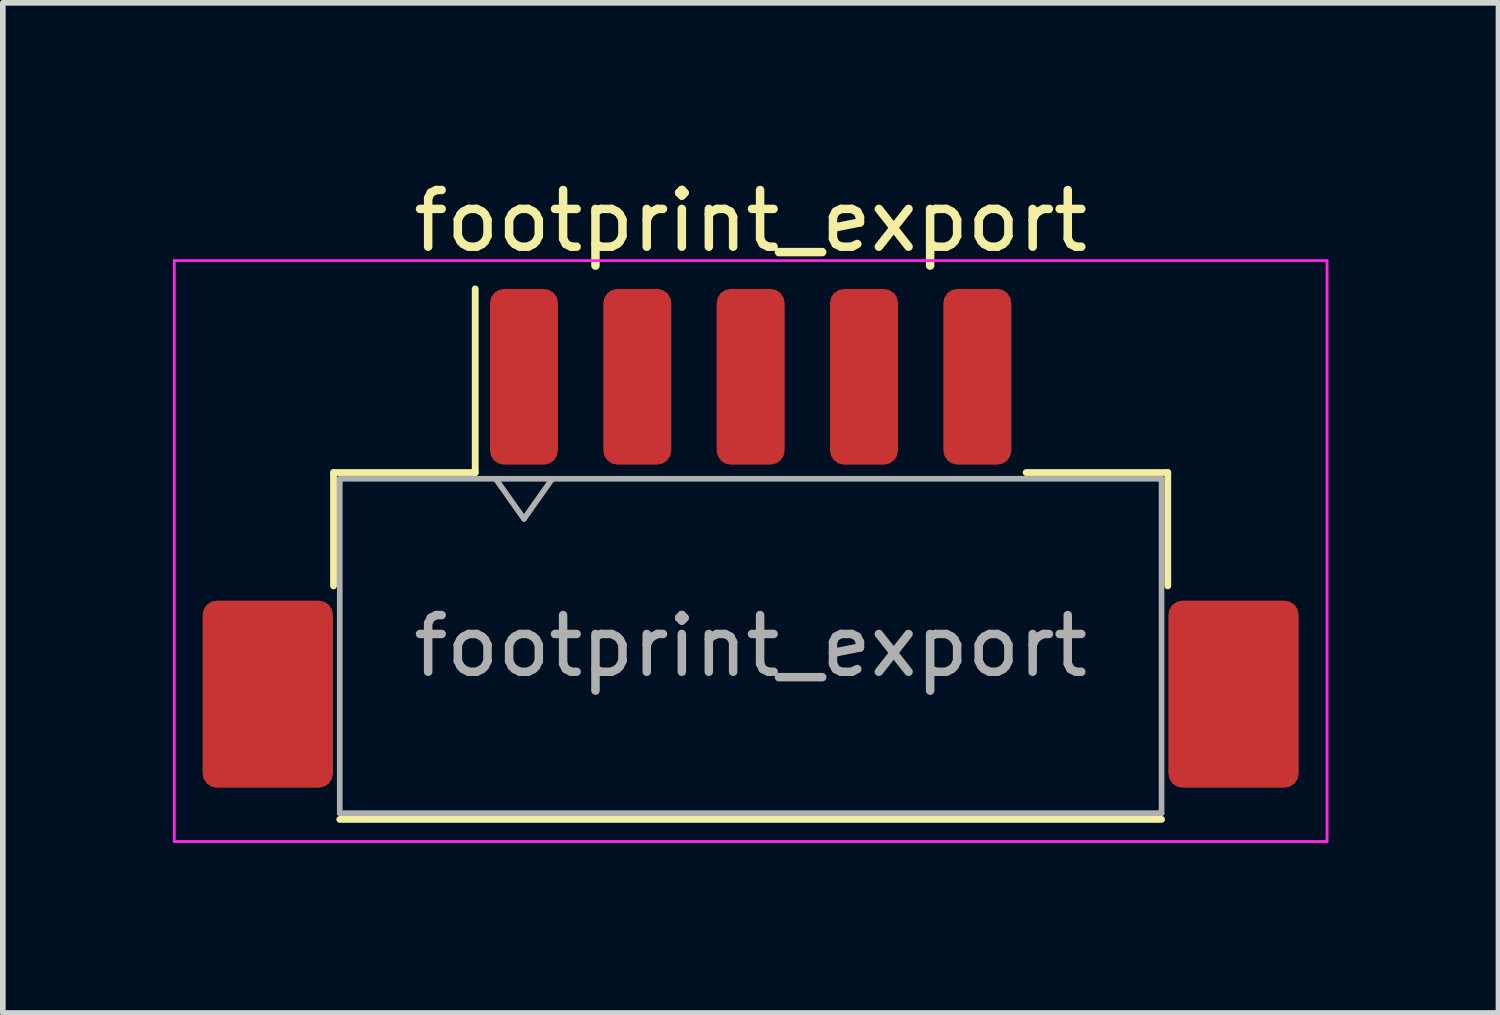
<source format=kicad_pcb>
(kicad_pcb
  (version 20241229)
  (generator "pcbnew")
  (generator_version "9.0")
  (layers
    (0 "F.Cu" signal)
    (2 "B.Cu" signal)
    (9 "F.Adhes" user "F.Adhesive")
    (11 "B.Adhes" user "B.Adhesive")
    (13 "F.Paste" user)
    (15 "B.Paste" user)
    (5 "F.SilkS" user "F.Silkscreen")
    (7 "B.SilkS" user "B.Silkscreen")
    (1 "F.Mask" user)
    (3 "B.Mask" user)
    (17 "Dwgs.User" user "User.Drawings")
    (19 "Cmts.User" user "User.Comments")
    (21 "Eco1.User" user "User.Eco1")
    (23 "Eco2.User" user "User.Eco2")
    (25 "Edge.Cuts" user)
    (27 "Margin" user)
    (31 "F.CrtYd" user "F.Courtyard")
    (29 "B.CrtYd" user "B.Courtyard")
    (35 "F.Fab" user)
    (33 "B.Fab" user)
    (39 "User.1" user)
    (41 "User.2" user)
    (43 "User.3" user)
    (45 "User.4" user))
  (footprint "footprint_export"
    (layer "F.Cu")
    (at 10.195 6.448)
    (property "Reference" "footprint_export" (at 0 -5.6 0) (layer "F.SilkS") (effects (font (size 1 1) (thickness 0.15))))
    (attr smd)
    (fp_line (start -7.36 -1.16) (end -4.86 -1.16) (stroke (width 0.12) (type solid)) (layer "F.SilkS"))
    (fp_line (start -7.36 0.84) (end -7.36 -1.16) (stroke (width 0.12) (type solid)) (layer "F.SilkS"))
    (fp_line (start -7.25 4.96) (end 7.25 4.96) (stroke (width 0.12) (type solid)) (layer "F.SilkS"))
    (fp_line (start -4.86 -1.16) (end -4.86 -4.4) (stroke (width 0.12) (type solid)) (layer "F.SilkS"))
    (fp_line (start 7.36 -1.16) (end 4.86 -1.16) (stroke (width 0.12) (type solid)) (layer "F.SilkS"))
    (fp_line (start 7.36 0.84) (end 7.36 -1.16) (stroke (width 0.12) (type solid)) (layer "F.SilkS"))
    (fp_line (start -10.17 -4.9) (end -10.17 5.35) (stroke (width 0.05) (type solid)) (layer "F.CrtYd"))
    (fp_line (start -10.17 5.35) (end 10.17 5.35) (stroke (width 0.05) (type solid)) (layer "F.CrtYd"))
    (fp_line (start 10.17 -4.9) (end -10.17 -4.9) (stroke (width 0.05) (type solid)) (layer "F.CrtYd"))
    (fp_line (start 10.17 5.35) (end 10.17 -4.9) (stroke (width 0.05) (type solid)) (layer "F.CrtYd"))
    (fp_line (start -7.25 -1.05) (end -7.25 4.85) (stroke (width 0.1) (type solid)) (layer "F.Fab"))
    (fp_line (start -7.25 -1.05) (end 7.25 -1.05) (stroke (width 0.1) (type solid)) (layer "F.Fab"))
    (fp_line (start -7.25 4.85) (end 7.25 4.85) (stroke (width 0.1) (type solid)) (layer "F.Fab"))
    (fp_line (start -4.5 -1.05) (end -4 -0.343) (stroke (width 0.1) (type solid)) (layer "F.Fab"))
    (fp_line (start -4 -0.343) (end -3.5 -1.05) (stroke (width 0.1) (type solid)) (layer "F.Fab"))
    (fp_line (start 7.25 -1.05) (end 7.25 4.85) (stroke (width 0.1) (type solid)) (layer "F.Fab"))
    (fp_text user "${REFERENCE}" (at 0 1.9 0) (layer "F.Fab") (effects (font (size 1 1) (thickness 0.15))))
    (pad "1" smd roundrect (at -4 -2.85) (size 1.2 3.1) (layers "F.Cu" "F.Mask" "F.Paste") (roundrect_rratio 0.208))
    (pad "2" smd roundrect (at -2 -2.85) (size 1.2 3.1) (layers "F.Cu" "F.Mask" "F.Paste") (roundrect_rratio 0.208))
    (pad "3" smd roundrect (at 0 -2.85) (size 1.2 3.1) (layers "F.Cu" "F.Mask" "F.Paste") (roundrect_rratio 0.208))
    (pad "4" smd roundrect (at 2 -2.85) (size 1.2 3.1) (layers "F.Cu" "F.Mask" "F.Paste") (roundrect_rratio 0.208))
    (pad "5" smd roundrect (at 4 -2.85) (size 1.2 3.1) (layers "F.Cu" "F.Mask" "F.Paste") (roundrect_rratio 0.208))
    (pad "MP" smd roundrect (at -8.52 2.75) (size 2.3 3.3) (layers "F.Cu" "F.Mask" "F.Paste") (roundrect_rratio 0.109))
    (pad "MP" smd roundrect (at 8.52 2.75) (size 2.3 3.3) (layers "F.Cu" "F.Mask" "F.Paste") (roundrect_rratio 0.109)))
  (gr_rect
    (start -3 -3)
    (end 23.39 14.823)
    (stroke (width 0.1) (type default))
    (fill no)
    (layer "Edge.Cuts")))
</source>
